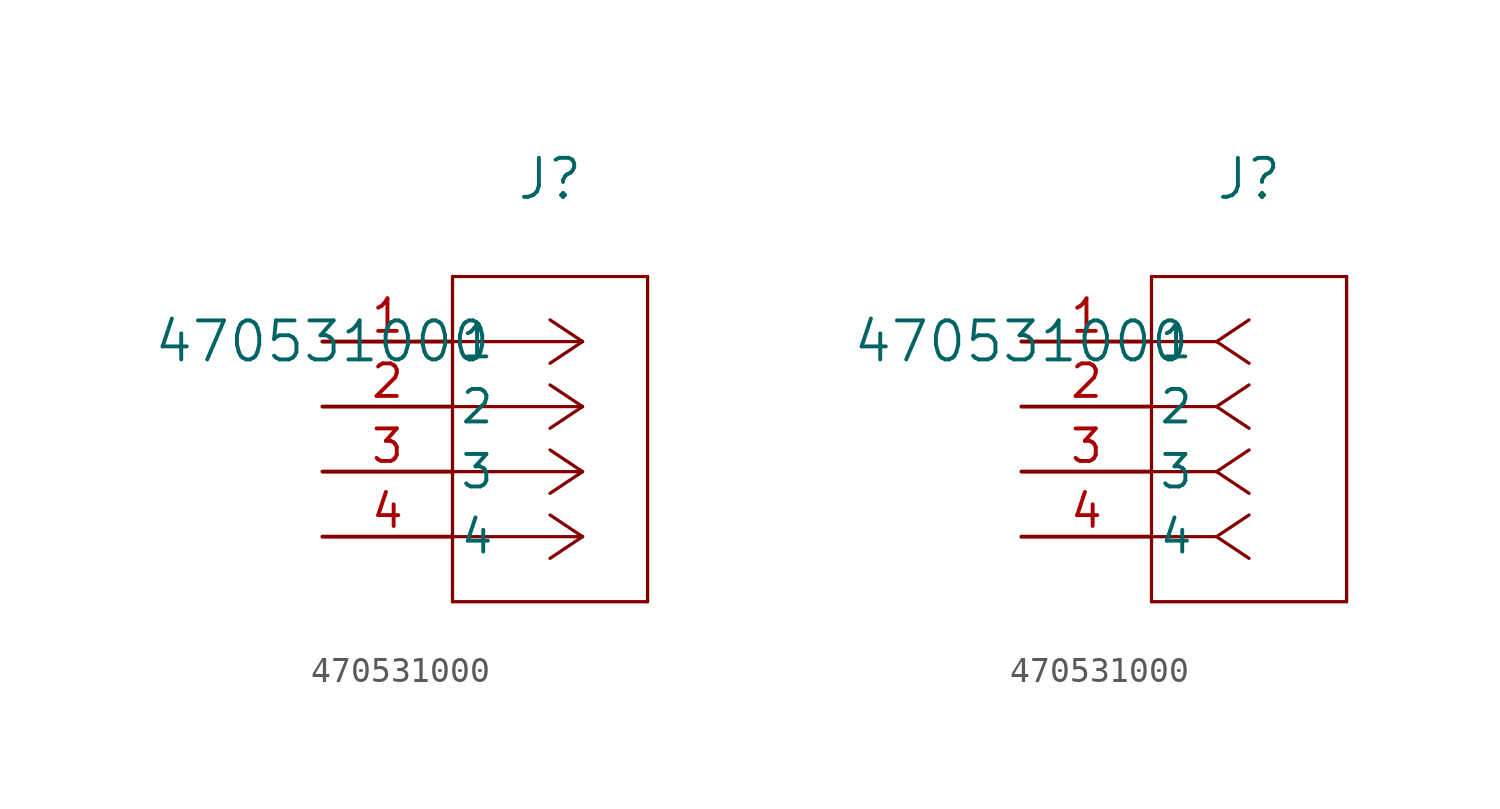
<source format=kicad_sym>
(kicad_symbol_lib
  (version 20231120)
  (generator "kicad_symbol_editor")
  (generator_version "8.0")
  (symbol "470531000"
    (pin_names
      (offset 0.254))
    (property "Reference" "J"
      (at 8.89 6.35 0)
      (effects (font (size 1.524 1.524))))
    (property "Value" "470531000"
      (at 0 0 0)
      (effects (font (size 1.524 1.524))))
    (symbol "470531000_1_1"
      (polyline (pts (xy 5.08 -10.16) (xy 12.7 -10.16)) (stroke (width 0.127) (type default)) (fill (type none)))
      (polyline (pts (xy 5.08 2.54) (xy 5.08 -10.16)) (stroke (width 0.127) (type default)) (fill (type none)))
      (polyline (pts (xy 10.16 -7.62) (xy 5.08 -7.62)) (stroke (width 0.127) (type default)) (fill (type none)))
      (polyline (pts (xy 10.16 -7.62) (xy 8.89 -8.467)) (stroke (width 0.127) (type default)) (fill (type none)))
      (polyline (pts (xy 10.16 -7.62) (xy 8.89 -6.773)) (stroke (width 0.127) (type default)) (fill (type none)))
      (polyline (pts (xy 10.16 -5.08) (xy 5.08 -5.08)) (stroke (width 0.127) (type default)) (fill (type none)))
      (polyline (pts (xy 10.16 -5.08) (xy 8.89 -5.927)) (stroke (width 0.127) (type default)) (fill (type none)))
      (polyline (pts (xy 10.16 -5.08) (xy 8.89 -4.233)) (stroke (width 0.127) (type default)) (fill (type none)))
      (polyline (pts (xy 10.16 -2.54) (xy 5.08 -2.54)) (stroke (width 0.127) (type default)) (fill (type none)))
      (polyline (pts (xy 10.16 -2.54) (xy 8.89 -3.387)) (stroke (width 0.127) (type default)) (fill (type none)))
      (polyline (pts (xy 10.16 -2.54) (xy 8.89 -1.693)) (stroke (width 0.127) (type default)) (fill (type none)))
      (polyline (pts (xy 10.16 0) (xy 5.08 0)) (stroke (width 0.127) (type default)) (fill (type none)))
      (polyline (pts (xy 10.16 0) (xy 8.89 -0.847)) (stroke (width 0.127) (type default)) (fill (type none)))
      (polyline (pts (xy 10.16 0) (xy 8.89 0.847)) (stroke (width 0.127) (type default)) (fill (type none)))
      (polyline (pts (xy 12.7 -10.16) (xy 12.7 2.54)) (stroke (width 0.127) (type default)) (fill (type none)))
      (polyline (pts (xy 12.7 2.54) (xy 5.08 2.54)) (stroke (width 0.127) (type default)) (fill (type none)))
      (pin unspecified line (at 0 0 0) (length 5.08) (name "1" (effects (font (size 1.27 1.27)))) (number "1" (effects (font (size 1.27 1.27)))))
      (pin unspecified line (at 0 -2.54 0) (length 5.08) (name "2" (effects (font (size 1.27 1.27)))) (number "2" (effects (font (size 1.27 1.27)))))
      (pin unspecified line (at 0 -5.08 0) (length 5.08) (name "3" (effects (font (size 1.27 1.27)))) (number "3" (effects (font (size 1.27 1.27)))))
      (pin unspecified line (at 0 -7.62 0) (length 5.08) (name "4" (effects (font (size 1.27 1.27)))) (number "4" (effects (font (size 1.27 1.27))))))
    (symbol "470531000_1_2"
      (polyline (pts (xy 5.08 -10.16) (xy 12.7 -10.16)) (stroke (width 0.127) (type default)) (fill (type none)))
      (polyline (pts (xy 5.08 2.54) (xy 5.08 -10.16)) (stroke (width 0.127) (type default)) (fill (type none)))
      (polyline (pts (xy 7.62 -7.62) (xy 5.08 -7.62)) (stroke (width 0.127) (type default)) (fill (type none)))
      (polyline (pts (xy 7.62 -7.62) (xy 8.89 -8.467)) (stroke (width 0.127) (type default)) (fill (type none)))
      (polyline (pts (xy 7.62 -7.62) (xy 8.89 -6.773)) (stroke (width 0.127) (type default)) (fill (type none)))
      (polyline (pts (xy 7.62 -5.08) (xy 5.08 -5.08)) (stroke (width 0.127) (type default)) (fill (type none)))
      (polyline (pts (xy 7.62 -5.08) (xy 8.89 -5.927)) (stroke (width 0.127) (type default)) (fill (type none)))
      (polyline (pts (xy 7.62 -5.08) (xy 8.89 -4.233)) (stroke (width 0.127) (type default)) (fill (type none)))
      (polyline (pts (xy 7.62 -2.54) (xy 5.08 -2.54)) (stroke (width 0.127) (type default)) (fill (type none)))
      (polyline (pts (xy 7.62 -2.54) (xy 8.89 -3.387)) (stroke (width 0.127) (type default)) (fill (type none)))
      (polyline (pts (xy 7.62 -2.54) (xy 8.89 -1.693)) (stroke (width 0.127) (type default)) (fill (type none)))
      (polyline (pts (xy 7.62 0) (xy 5.08 0)) (stroke (width 0.127) (type default)) (fill (type none)))
      (polyline (pts (xy 7.62 0) (xy 8.89 -0.847)) (stroke (width 0.127) (type default)) (fill (type none)))
      (polyline (pts (xy 7.62 0) (xy 8.89 0.847)) (stroke (width 0.127) (type default)) (fill (type none)))
      (polyline (pts (xy 12.7 -10.16) (xy 12.7 2.54)) (stroke (width 0.127) (type default)) (fill (type none)))
      (polyline (pts (xy 12.7 2.54) (xy 5.08 2.54)) (stroke (width 0.127) (type default)) (fill (type none)))
      (pin unspecified line (at 0 0 0) (length 5.08) (name "1" (effects (font (size 1.27 1.27)))) (number "1" (effects (font (size 1.27 1.27)))))
      (pin unspecified line (at 0 -2.54 0) (length 5.08) (name "2" (effects (font (size 1.27 1.27)))) (number "2" (effects (font (size 1.27 1.27)))))
      (pin unspecified line (at 0 -5.08 0) (length 5.08) (name "3" (effects (font (size 1.27 1.27)))) (number "3" (effects (font (size 1.27 1.27)))))
      (pin unspecified line (at 0 -7.62 0) (length 5.08) (name "4" (effects (font (size 1.27 1.27)))) (number "4" (effects (font (size 1.27 1.27))))))))
</source>
